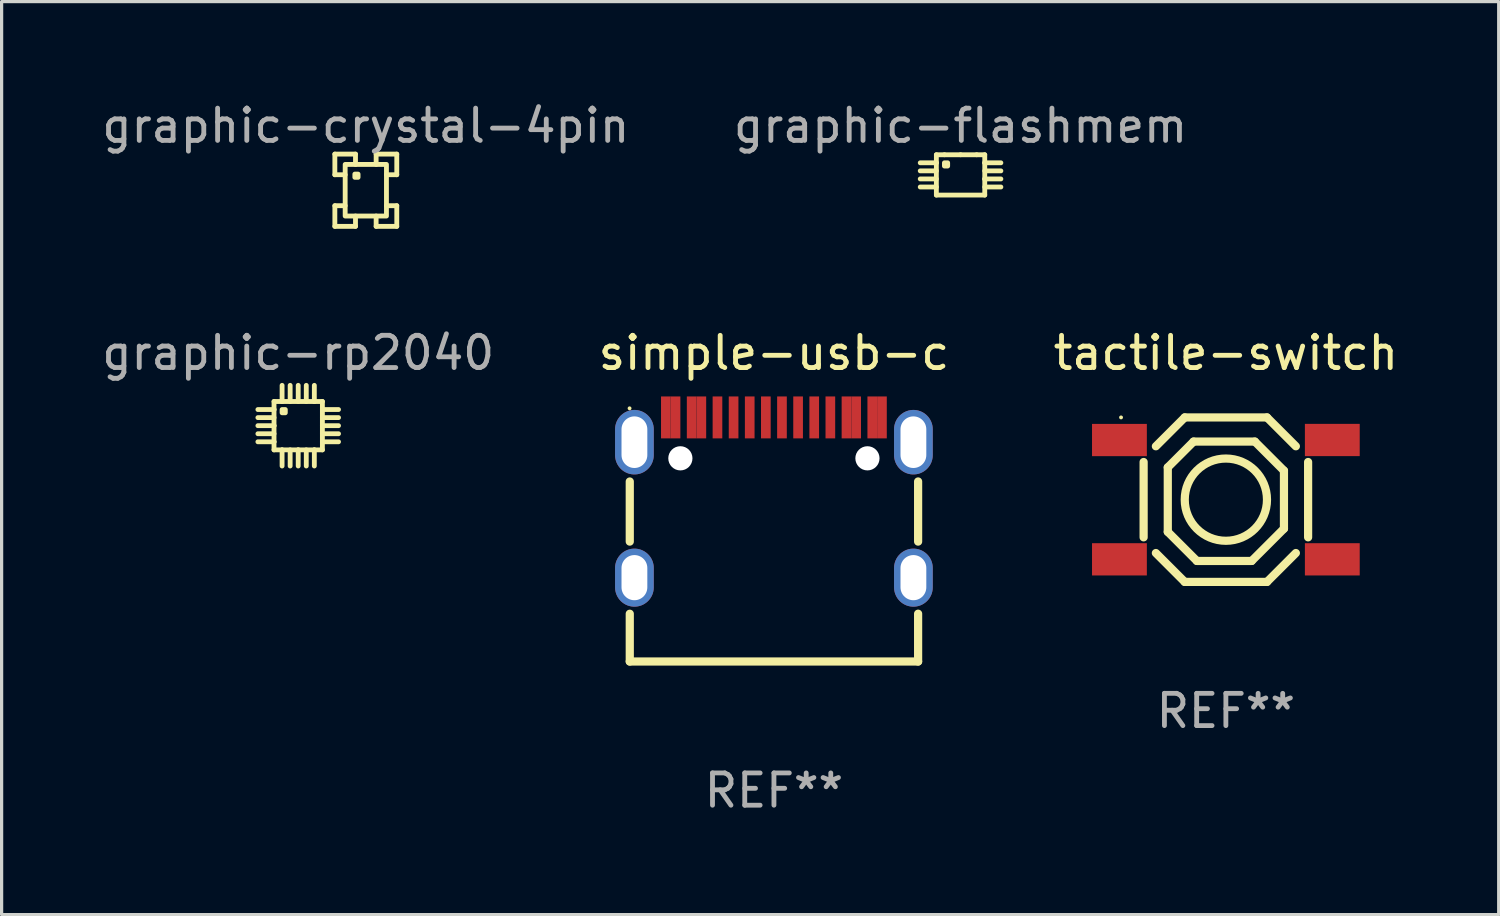
<source format=kicad_pcb>
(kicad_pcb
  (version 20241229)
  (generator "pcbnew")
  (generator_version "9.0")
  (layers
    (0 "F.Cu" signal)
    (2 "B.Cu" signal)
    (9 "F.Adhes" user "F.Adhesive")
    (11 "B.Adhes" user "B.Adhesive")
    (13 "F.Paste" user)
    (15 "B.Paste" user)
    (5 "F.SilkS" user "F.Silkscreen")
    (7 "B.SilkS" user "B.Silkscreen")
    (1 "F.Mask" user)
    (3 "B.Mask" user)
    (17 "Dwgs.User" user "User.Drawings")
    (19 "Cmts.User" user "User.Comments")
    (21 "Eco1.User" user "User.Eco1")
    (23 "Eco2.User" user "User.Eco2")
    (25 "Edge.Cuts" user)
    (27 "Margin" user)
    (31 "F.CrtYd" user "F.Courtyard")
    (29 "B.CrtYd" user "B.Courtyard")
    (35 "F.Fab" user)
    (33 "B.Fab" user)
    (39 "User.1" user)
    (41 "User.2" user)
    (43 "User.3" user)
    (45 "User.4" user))
  (footprint "graphic-flashmem"
    (layer "F.Cu")
    (at 26.732 2.373)
    (property "Reference" "graphic-flashmem" (at 0 -1.525 0) (unlocked yes) (layer "F.Fab") (effects (font (size 1 1) (thickness 0.15))))
    (fp_line (start -1.25 0.375) (end -0.75 0.375) (stroke (width 0.15) (type solid)) (layer "F.SilkS"))
    (fp_line (start -1.25 -0.375) (end -0.75 -0.375) (stroke (width 0.15) (type solid)) (layer "F.SilkS"))
    (fp_line (start -1.25 -0.125) (end -0.75 -0.125) (stroke (width 0.15) (type solid)) (layer "F.SilkS"))
    (fp_line (start -1.25 0.125) (end -0.75 0.125) (stroke (width 0.15) (type solid)) (layer "F.SilkS"))
    (fp_line (start -0.75 -0.625) (end -0.75 -0.375) (stroke (width 0.15) (type solid)) (layer "F.SilkS"))
    (fp_line (start -0.75 0.625) (end 0.75 0.625) (stroke (width 0.15) (type solid)) (layer "F.SilkS"))
    (fp_line (start -0.75 0.625) (end -0.75 -0.375) (stroke (width 0.15) (type solid)) (layer "F.SilkS"))
    (fp_line (start -0.5 -0.625) (end -0.75 -0.625) (stroke (width 0.15) (type solid)) (layer "F.SilkS"))
    (fp_line (start 0 -0.625) (end -0.5 -0.625) (stroke (width 0.15) (type solid)) (layer "F.SilkS"))
    (fp_line (start 0.5 -0.625) (end 0 -0.625) (stroke (width 0.15) (type solid)) (layer "F.SilkS"))
    (fp_line (start 0.75 -0.625) (end 0.5 -0.625) (stroke (width 0.15) (type solid)) (layer "F.SilkS"))
    (fp_line (start 0.75 -0.375) (end 0.75 -0.625) (stroke (width 0.15) (type solid)) (layer "F.SilkS"))
    (fp_line (start 0.75 0.125) (end 0.75 -0.375) (stroke (width 0.15) (type solid)) (layer "F.SilkS"))
    (fp_line (start 0.75 0.625) (end 0.75 0.125) (stroke (width 0.15) (type solid)) (layer "F.SilkS"))
    (fp_line (start 1.25 -0.125) (end 0.75 -0.125) (stroke (width 0.15) (type solid)) (layer "F.SilkS"))
    (fp_line (start 1.25 -0.375) (end 0.75 -0.375) (stroke (width 0.15) (type solid)) (layer "F.SilkS"))
    (fp_line (start 1.25 0.375) (end 0.75 0.375) (stroke (width 0.15) (type solid)) (layer "F.SilkS"))
    (fp_line (start 1.25 0.125) (end 0.75 0.125) (stroke (width 0.15) (type solid)) (layer "F.SilkS"))
    (fp_poly (pts (xy -0.4 -0.275) (xy -0.4 -0.375) (xy -0.5 -0.375) (xy -0.5 -0.275)) (stroke (width 0.15) (type solid)) (fill no) (layer "F.SilkS")))
  (footprint "simple-usb-c"
    (layer "F.Cu")
    (at 20.946 13.676)
    (property "Reference" "simple-usb-c" (at 0 -5.784 0) (layer "F.SilkS") (effects (font (size 1 1) (thickness 0.15))))
    (attr through_hole)
    (fp_line (start -4.47 0.066) (end -4.47 -1.797) (stroke (width 0.254) (type solid)) (layer "F.SilkS"))
    (fp_line (start -4.47 3.784) (end -4.47 2.303) (stroke (width 0.254) (type solid)) (layer "F.SilkS"))
    (fp_line (start 4.47 0.066) (end 4.47 -1.798) (stroke (width 0.254) (type solid)) (layer "F.SilkS"))
    (fp_line (start 4.47 3.784) (end -4.47 3.784) (stroke (width 0.254) (type solid)) (layer "F.SilkS"))
    (fp_line (start 4.47 3.784) (end 4.47 2.302) (stroke (width 0.254) (type solid)) (layer "F.SilkS"))
    (fp_circle (center -4.476 -4.066) (end -4.446 -4.066) (stroke (width 0.06) (type solid)) (fill no) (layer "F.SilkS"))
    (fp_circle (center -2.901 -2.516) (end -2.776 -2.516) (stroke (width 0.25) (type solid)) (fill no) (layer "F.Fab"))
    (fp_circle (center 2.899 -2.516) (end 3.024 -2.516) (stroke (width 0.25) (type solid)) (fill no) (layer "F.Fab"))
    (fp_text user "REF**" (at 0 7.784 0) (layer "F.Fab") (effects (font (size 1 1) (thickness 0.15))))
    (pad "" np_thru_hole circle (at -2.901 -2.516) (size 0.75 0.75) (drill 0.75) (layers "*.Cu" "*.Mask"))
    (pad "" np_thru_hole circle (at 2.899 -2.516) (size 0.75 0.75) (drill 0.75) (layers "*.Cu" "*.Mask"))
    (pad "0" thru_hole oval (at -4.326 -3.016) (size 1.2 2) (drill oval 0.8 1.6) (layers "*.Cu" "*.Mask"))
    (pad "0" thru_hole oval (at -4.326 1.184) (size 1.2 1.8) (drill oval 0.8 1.4) (layers "*.Cu" "*.Mask"))
    (pad "0" thru_hole oval (at 4.324 -3.016) (size 1.2 2) (drill oval 0.8 1.6) (layers "*.Cu" "*.Mask"))
    (pad "0" thru_hole oval (at 4.324 1.184) (size 1.2 1.8) (drill oval 0.8 1.4) (layers "*.Cu" "*.Mask"))
    (pad "A1" smd rect (at -3.351 -3.784) (size 0.3 1.3) (layers "F.Cu" "F.Mask" "F.Paste"))
    (pad "A4" smd rect (at -2.551 -3.784) (size 0.3 1.3) (layers "F.Cu" "F.Mask" "F.Paste"))
    (pad "A5" smd rect (at -1.251 -3.784) (size 0.3 1.3) (layers "F.Cu" "F.Mask" "F.Paste"))
    (pad "A6" smd rect (at -0.251 -3.784) (size 0.3 1.3) (layers "F.Cu" "F.Mask" "F.Paste"))
    (pad "A7" smd rect (at 0.249 -3.784) (size 0.3 1.3) (layers "F.Cu" "F.Mask" "F.Paste"))
    (pad "A8" smd rect (at 1.249 -3.784) (size 0.3 1.3) (layers "F.Cu" "F.Mask" "F.Paste"))
    (pad "A9" smd rect (at 2.549 -3.784) (size 0.3 1.3) (layers "F.Cu" "F.Mask" "F.Paste"))
    (pad "A12" smd rect (at 3.349 -3.784) (size 0.3 1.3) (layers "F.Cu" "F.Mask" "F.Paste"))
    (pad "B1" smd rect (at 3.049 -3.784) (size 0.3 1.3) (layers "F.Cu" "F.Mask" "F.Paste"))
    (pad "B4" smd rect (at 2.249 -3.784) (size 0.3 1.3) (layers "F.Cu" "F.Mask" "F.Paste"))
    (pad "B5" smd rect (at 1.749 -3.784) (size 0.3 1.3) (layers "F.Cu" "F.Mask" "F.Paste"))
    (pad "B6" smd rect (at 0.749 -3.784) (size 0.3 1.3) (layers "F.Cu" "F.Mask" "F.Paste"))
    (pad "B7" smd rect (at -0.751 -3.784) (size 0.3 1.3) (layers "F.Cu" "F.Mask" "F.Paste"))
    (pad "B8" smd rect (at -1.751 -3.784) (size 0.3 1.3) (layers "F.Cu" "F.Mask" "F.Paste"))
    (pad "B9" smd rect (at -2.251 -3.784) (size 0.3 1.3) (layers "F.Cu" "F.Mask" "F.Paste"))
    (pad "B12" smd rect (at -3.051 -3.784) (size 0.3 1.3) (layers "F.Cu" "F.Mask" "F.Paste")))
  (footprint "tactile-switch"
    (layer "F.Cu")
    (at 34.958 12.442)
    (property "Reference" "tactile-switch" (at 0 -4.55 0) (layer "F.SilkS") (effects (font (size 1 1) (thickness 0.15))))
    (attr through_hole)
    (fp_line (start -2.55 -1.168) (end -2.55 1.168) (stroke (width 0.254) (type solid)) (layer "F.SilkS"))
    (fp_line (start -2.17 1.655) (end -1.275 2.55) (stroke (width 0.254) (type solid)) (layer "F.SilkS"))
    (fp_line (start -1.801 -1.001) (end -1.001 -1.801) (stroke (width 0.254) (type solid)) (layer "F.SilkS"))
    (fp_line (start -1.801 0.998) (end -1.801 -1.001) (stroke (width 0.254) (type solid)) (layer "F.SilkS"))
    (fp_line (start -1.275 -2.55) (end -2.17 -1.655) (stroke (width 0.254) (type solid)) (layer "F.SilkS"))
    (fp_line (start -1.275 -2.55) (end 1.275 -2.55) (stroke (width 0.254) (type solid)) (layer "F.SilkS"))
    (fp_line (start -1.275 2.55) (end 1.275 2.55) (stroke (width 0.254) (type solid)) (layer "F.SilkS"))
    (fp_line (start -1.001 -1.801) (end 0.899 -1.801) (stroke (width 0.254) (type solid)) (layer "F.SilkS"))
    (fp_line (start -0.899 1.9) (end -1.801 0.998) (stroke (width 0.254) (type solid)) (layer "F.SilkS"))
    (fp_line (start 0.8 1.9) (end -0.899 1.9) (stroke (width 0.254) (type solid)) (layer "F.SilkS"))
    (fp_line (start 0.899 -1.801) (end 1.801 -0.899) (stroke (width 0.254) (type solid)) (layer "F.SilkS"))
    (fp_line (start 1.275 -2.55) (end 2.17 -1.655) (stroke (width 0.254) (type solid)) (layer "F.SilkS"))
    (fp_line (start 1.801 -0.899) (end 1.801 0.899) (stroke (width 0.254) (type solid)) (layer "F.SilkS"))
    (fp_line (start 1.801 0.899) (end 0.8 1.9) (stroke (width 0.254) (type solid)) (layer "F.SilkS"))
    (fp_line (start 2.17 1.655) (end 1.275 2.55) (stroke (width 0.254) (type solid)) (layer "F.SilkS"))
    (fp_line (start 2.55 -1.168) (end 2.55 1.168) (stroke (width 0.254) (type solid)) (layer "F.SilkS"))
    (fp_circle (center -3.25 -2.55) (end -3.22 -2.55) (stroke (width 0.06) (type solid)) (fill no) (layer "F.SilkS"))
    (fp_circle (center 0 0) (end 1.275 0) (stroke (width 0.254) (type solid)) (fill no) (layer "F.SilkS"))
    (fp_text user "REF**" (at 0 6.55 0) (layer "F.Fab") (effects (font (size 1 1) (thickness 0.15))))
    (pad "1" smd rect (at -3.3 -1.849) (size 1.7 1) (layers "F.Cu" "F.Mask" "F.Paste"))
    (pad "2" smd rect (at 3.3 -1.85) (size 1.7 1) (layers "F.Cu" "F.Mask" "F.Paste"))
    (pad "3" smd rect (at -3.3 1.85) (size 1.7 1) (layers "F.Cu" "F.Mask" "F.Paste"))
    (pad "4" smd rect (at 3.3 1.85) (size 1.7 1) (layers "F.Cu" "F.Mask" "F.Paste")))
  (footprint "graphic-crystal-4pin"
    (layer "F.Cu")
    (at 8.292 2.848)
    (property "Reference" "graphic-crystal-4pin" (at 0 -2 0) (unlocked yes) (layer "F.Fab") (effects (font (size 1 1) (thickness 0.15))))
    (fp_line (start -0.96 1.12) (end -0.32 1.12) (stroke (width 0.15) (type solid)) (layer "F.SilkS"))
    (fp_line (start -0.96 -1.12) (end -0.96 -0.48) (stroke (width 0.15) (type solid)) (layer "F.SilkS"))
    (fp_line (start -0.96 -0.48) (end -0.64 -0.48) (stroke (width 0.15) (type solid)) (layer "F.SilkS"))
    (fp_line (start -0.96 0.48) (end -0.96 1.12) (stroke (width 0.15) (type solid)) (layer "F.SilkS"))
    (fp_line (start -0.64 0.48) (end -0.96 0.48) (stroke (width 0.15) (type solid)) (layer "F.SilkS"))
    (fp_line (start -0.32 -1.12) (end -0.96 -1.12) (stroke (width 0.15) (type solid)) (layer "F.SilkS"))
    (fp_line (start -0.32 1.12) (end -0.32 0.8) (stroke (width 0.15) (type solid)) (layer "F.SilkS"))
    (fp_line (start -0.32 -0.8) (end -0.32 -1.12) (stroke (width 0.15) (type solid)) (layer "F.SilkS"))
    (fp_line (start 0.32 0.8) (end 0.32 1.12) (stroke (width 0.15) (type solid)) (layer "F.SilkS"))
    (fp_line (start 0.32 1.12) (end 0.96 1.12) (stroke (width 0.15) (type solid)) (layer "F.SilkS"))
    (fp_line (start 0.32 -1.12) (end 0.32 -0.8) (stroke (width 0.15) (type solid)) (layer "F.SilkS"))
    (fp_line (start 0.64 -0.48) (end 0.96 -0.48) (stroke (width 0.15) (type solid)) (layer "F.SilkS"))
    (fp_line (start 0.96 0.48) (end 0.64 0.48) (stroke (width 0.15) (type solid)) (layer "F.SilkS"))
    (fp_line (start 0.96 1.12) (end 0.96 0.48) (stroke (width 0.15) (type solid)) (layer "F.SilkS"))
    (fp_line (start 0.96 -1.12) (end 0.32 -1.12) (stroke (width 0.15) (type solid)) (layer "F.SilkS"))
    (fp_line (start 0.96 -0.48) (end 0.96 -1.12) (stroke (width 0.15) (type solid)) (layer "F.SilkS"))
    (fp_poly (pts (xy -0.24 -0.4) (xy -0.24 -0.5) (xy -0.34 -0.5) (xy -0.34 -0.4)) (stroke (width 0.15) (type solid)) (fill no) (layer "F.SilkS"))
    (fp_poly (pts (xy 0.64 -0.8) (xy -0.64 -0.8) (xy -0.64 0.8) (xy 0.64 0.8)) (stroke (width 0.15) (type solid)) (fill no) (layer "F.SilkS")))
  (footprint "graphic-rp2040"
    (layer "F.Cu")
    (at 6.196 10.148)
    (property "Reference" "graphic-rp2040" (at 0 -2.257 0) (unlocked yes) (layer "F.Fab") (effects (font (size 1 1) (thickness 0.15))))
    (fp_line (start -1.25 -0.5) (end -0.75 -0.5) (stroke (width 0.15) (type solid)) (layer "F.SilkS"))
    (fp_line (start -1.25 -0.25) (end -0.75 -0.25) (stroke (width 0.15) (type solid)) (layer "F.SilkS"))
    (fp_line (start -1.25 0.000001) (end -0.75 0.000001) (stroke (width 0.15) (type solid)) (layer "F.SilkS"))
    (fp_line (start -1.25 0.25) (end -0.75 0.25) (stroke (width 0.15) (type solid)) (layer "F.SilkS"))
    (fp_line (start -1.25 0.5) (end -0.75 0.5) (stroke (width 0.15) (type solid)) (layer "F.SilkS"))
    (fp_line (start -0.75 -0.75) (end -0.75 -0.5) (stroke (width 0.15) (type solid)) (layer "F.SilkS"))
    (fp_line (start -0.75 -0.5) (end -0.75 0.000001) (stroke (width 0.15) (type solid)) (layer "F.SilkS"))
    (fp_line (start -0.75 0.000001) (end -0.75 0.5) (stroke (width 0.15) (type solid)) (layer "F.SilkS"))
    (fp_line (start -0.75 0.5) (end -0.75 0.75) (stroke (width 0.15) (type solid)) (layer "F.SilkS"))
    (fp_line (start -0.75 0.75) (end -0.5 0.75) (stroke (width 0.15) (type solid)) (layer "F.SilkS"))
    (fp_line (start -0.5 -1.25) (end -0.5 -0.75) (stroke (width 0.15) (type solid)) (layer "F.SilkS"))
    (fp_line (start -0.5 -0.75) (end -0.75 -0.75) (stroke (width 0.15) (type solid)) (layer "F.SilkS"))
    (fp_line (start -0.5 -0.75) (end 0.5 -0.75) (stroke (width 0.15) (type solid)) (layer "F.SilkS"))
    (fp_line (start -0.5 0.75) (end 0 0.75) (stroke (width 0.15) (type solid)) (layer "F.SilkS"))
    (fp_line (start -0.5 1.25) (end -0.5 0.75) (stroke (width 0.15) (type solid)) (layer "F.SilkS"))
    (fp_line (start -0.25 -1.25) (end -0.25 -0.75) (stroke (width 0.15) (type solid)) (layer "F.SilkS"))
    (fp_line (start -0.25 1.25) (end -0.25 0.75) (stroke (width 0.15) (type solid)) (layer "F.SilkS"))
    (fp_line (start 0 -1.25) (end 0 -0.75) (stroke (width 0.15) (type solid)) (layer "F.SilkS"))
    (fp_line (start 0 0.75) (end 0.5 0.75) (stroke (width 0.15) (type solid)) (layer "F.SilkS"))
    (fp_line (start 0 1.25) (end 0 0.75) (stroke (width 0.15) (type solid)) (layer "F.SilkS"))
    (fp_line (start 0.25 -1.25) (end 0.25 -0.75) (stroke (width 0.15) (type solid)) (layer "F.SilkS"))
    (fp_line (start 0.25 1.25) (end 0.25 0.75) (stroke (width 0.15) (type solid)) (layer "F.SilkS"))
    (fp_line (start 0.5 -1.25) (end 0.5 -0.75) (stroke (width 0.15) (type solid)) (layer "F.SilkS"))
    (fp_line (start 0.5 0.75) (end 0.75 0.75) (stroke (width 0.15) (type solid)) (layer "F.SilkS"))
    (fp_line (start 0.5 1.25) (end 0.5 0.75) (stroke (width 0.15) (type solid)) (layer "F.SilkS"))
    (fp_line (start 0.75 -0.75) (end 0.5 -0.75) (stroke (width 0.15) (type solid)) (layer "F.SilkS"))
    (fp_line (start 0.75 -0.5) (end 0.75 -0.75) (stroke (width 0.15) (type solid)) (layer "F.SilkS"))
    (fp_line (start 0.75 0.000001) (end 0.75 -0.5) (stroke (width 0.15) (type solid)) (layer "F.SilkS"))
    (fp_line (start 0.75 0.5) (end 0.75 0.000001) (stroke (width 0.15) (type solid)) (layer "F.SilkS"))
    (fp_line (start 0.75 0.75) (end 0.75 0.5) (stroke (width 0.15) (type solid)) (layer "F.SilkS"))
    (fp_line (start 1.25 -0.5) (end 0.75 -0.5) (stroke (width 0.15) (type solid)) (layer "F.SilkS"))
    (fp_line (start 1.25 -0.25) (end 0.75 -0.25) (stroke (width 0.15) (type solid)) (layer "F.SilkS"))
    (fp_line (start 1.25 0.000001) (end 0.75 0.000001) (stroke (width 0.15) (type solid)) (layer "F.SilkS"))
    (fp_line (start 1.25 0.25) (end 0.75 0.25) (stroke (width 0.15) (type solid)) (layer "F.SilkS"))
    (fp_line (start 1.25 0.5) (end 0.75 0.5) (stroke (width 0.15) (type solid)) (layer "F.SilkS"))
    (fp_rect (start -0.4 -0.5) (end -0.5 -0.4) (stroke (width 0.15) (type solid)) (fill no) (layer "F.SilkS")))
  (gr_rect
    (start -3 -3)
    (end 43.417 25.308)
    (stroke (width 0.1) (type default))
    (fill no)
    (layer "Edge.Cuts")))
</source>
